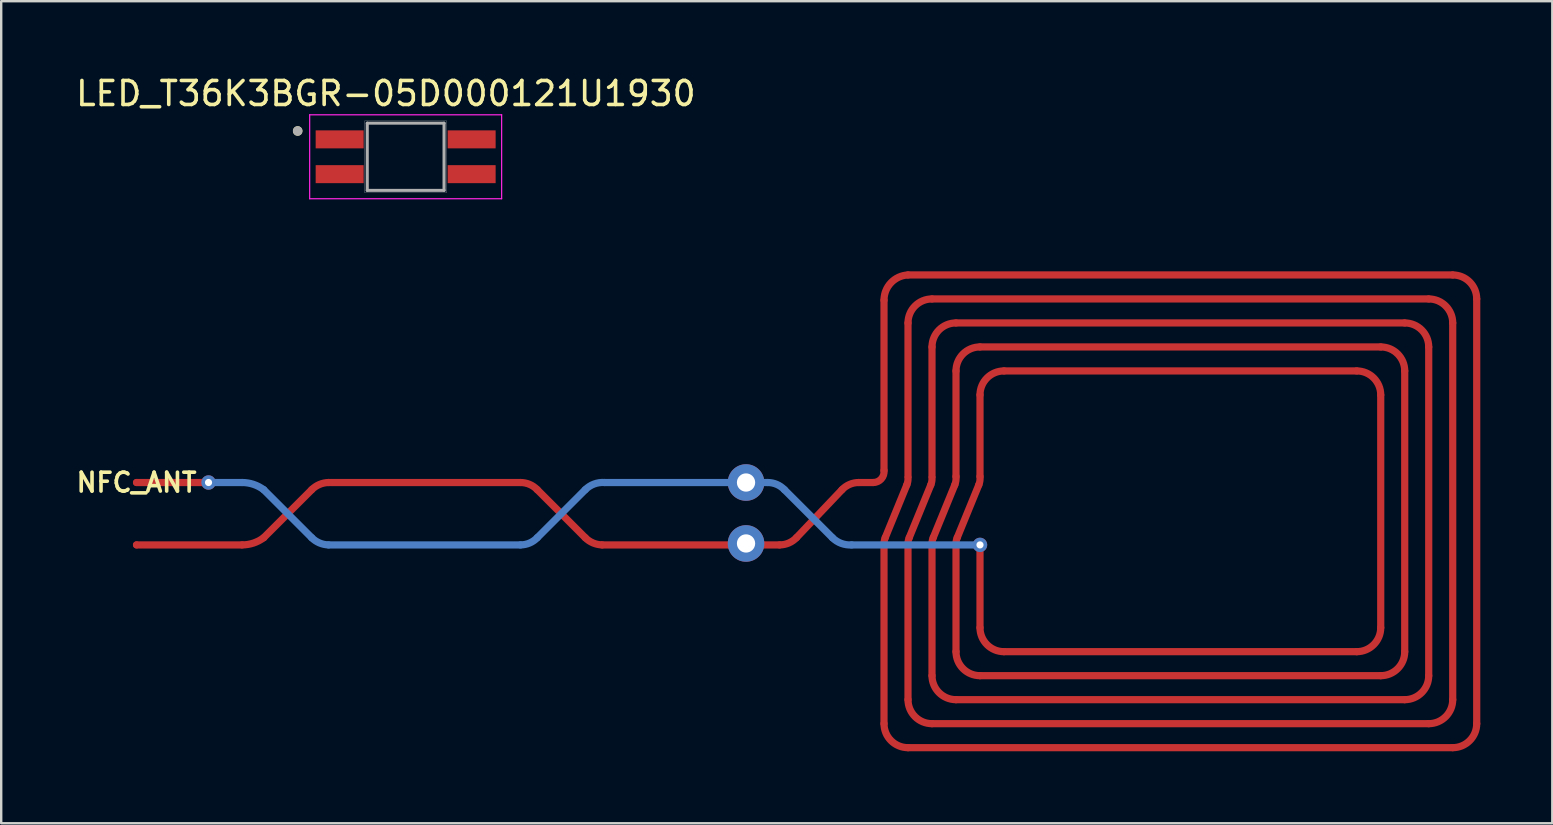
<source format=kicad_pcb>
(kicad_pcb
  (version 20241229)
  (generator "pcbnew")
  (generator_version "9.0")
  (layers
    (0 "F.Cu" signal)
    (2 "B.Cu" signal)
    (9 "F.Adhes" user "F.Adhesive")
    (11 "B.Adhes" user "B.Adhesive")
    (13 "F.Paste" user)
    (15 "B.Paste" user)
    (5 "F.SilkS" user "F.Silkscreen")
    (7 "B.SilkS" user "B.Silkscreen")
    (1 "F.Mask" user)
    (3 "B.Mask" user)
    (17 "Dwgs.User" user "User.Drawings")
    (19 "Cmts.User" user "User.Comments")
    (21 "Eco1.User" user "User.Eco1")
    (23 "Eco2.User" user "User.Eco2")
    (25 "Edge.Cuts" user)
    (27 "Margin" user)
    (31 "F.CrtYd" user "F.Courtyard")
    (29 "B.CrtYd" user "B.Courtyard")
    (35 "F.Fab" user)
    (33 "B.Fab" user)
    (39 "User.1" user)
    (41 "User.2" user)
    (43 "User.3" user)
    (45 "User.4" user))
  (footprint "NFC_ANT"
    (layer "F.Cu")
    (at 2.64 17.058)
    (property "Reference" "NFC_ANT" (at 0 0 0) (layer "F.SilkS") (effects (font (size 0.787 0.787) (thickness 0.15))))
    (attr through_hole)
    (fp_line (start 0 0) (end 3 0) (stroke (width 0.3) (type solid)) (layer "F.Cu"))
    (fp_line (start 0 2.6) (end 4.4 2.6) (stroke (width 0.3) (type solid)) (layer "F.Cu"))
    (fp_line (start 5.3 2.3) (end 7.3 0.3) (stroke (width 0.3) (type solid)) (layer "F.Cu"))
    (fp_line (start 8 0) (end 16 0) (stroke (width 0.3) (type solid)) (layer "F.Cu"))
    (fp_line (start 16.7 0.3) (end 18.7 2.3) (stroke (width 0.3) (type solid)) (layer "F.Cu"))
    (fp_line (start 19.4 2.6) (end 26.8 2.6) (stroke (width 0.3) (type solid)) (layer "F.Cu"))
    (fp_line (start 27.5 2.3) (end 29.4 0.3) (stroke (width 0.3) (type solid)) (layer "F.Cu"))
    (fp_line (start 30.1 0) (end 30.7 0) (stroke (width 0.3) (type solid)) (layer "F.Cu"))
    (fp_line (start 31.15 -0.5) (end 31.15 -7.6) (stroke (width 0.3) (type solid)) (layer "F.Cu"))
    (fp_line (start 31.15 10.05) (end 31.15 2.66) (stroke (width 0.3) (type solid)) (layer "F.Cu"))
    (fp_line (start 31.2 2.3) (end 32.1 0.1) (stroke (width 0.3) (type solid)) (layer "F.Cu"))
    (fp_line (start 32.15 -8.65) (end 54.85 -8.65) (stroke (width 0.3) (type solid)) (layer "F.Cu"))
    (fp_line (start 32.15 -0.25) (end 32.15 -6.65) (stroke (width 0.3) (type solid)) (layer "F.Cu"))
    (fp_line (start 32.15 9.05) (end 32.15 2.66) (stroke (width 0.3) (type solid)) (layer "F.Cu"))
    (fp_line (start 32.15 11.05) (end 54.85 11.05) (stroke (width 0.3) (type solid)) (layer "F.Cu"))
    (fp_line (start 32.2 2.3) (end 33.1 0.1) (stroke (width 0.3) (type solid)) (layer "F.Cu"))
    (fp_line (start 33.15 -7.65) (end 53.85 -7.65) (stroke (width 0.3) (type solid)) (layer "F.Cu"))
    (fp_line (start 33.15 -0.25) (end 33.15 -5.65) (stroke (width 0.3) (type solid)) (layer "F.Cu"))
    (fp_line (start 33.15 8.05) (end 33.15 2.66) (stroke (width 0.3) (type solid)) (layer "F.Cu"))
    (fp_line (start 33.15 10.05) (end 53.85 10.05) (stroke (width 0.3) (type solid)) (layer "F.Cu"))
    (fp_line (start 33.2 2.3) (end 34.1 0.1) (stroke (width 0.3) (type solid)) (layer "F.Cu"))
    (fp_line (start 34.15 -6.65) (end 52.85 -6.65) (stroke (width 0.3) (type solid)) (layer "F.Cu"))
    (fp_line (start 34.15 -0.25) (end 34.15 -4.65) (stroke (width 0.3) (type solid)) (layer "F.Cu"))
    (fp_line (start 34.15 7.05) (end 34.15 2.66) (stroke (width 0.3) (type solid)) (layer "F.Cu"))
    (fp_line (start 34.15 9.05) (end 52.85 9.05) (stroke (width 0.3) (type solid)) (layer "F.Cu"))
    (fp_line (start 34.2 2.3) (end 35.1 0.1) (stroke (width 0.3) (type solid)) (layer "F.Cu"))
    (fp_line (start 35.15 -5.65) (end 51.85 -5.65) (stroke (width 0.3) (type solid)) (layer "F.Cu"))
    (fp_line (start 35.15 -0.25) (end 35.15 -3.65) (stroke (width 0.3) (type solid)) (layer "F.Cu"))
    (fp_line (start 35.15 6.05) (end 35.15 2.6) (stroke (width 0.3) (type solid)) (layer "F.Cu"))
    (fp_line (start 35.15 8.05) (end 51.85 8.05) (stroke (width 0.3) (type solid)) (layer "F.Cu"))
    (fp_line (start 36.15 -4.65) (end 50.85 -4.65) (stroke (width 0.3) (type solid)) (layer "F.Cu"))
    (fp_line (start 36.15 7.05) (end 50.85 7.05) (stroke (width 0.3) (type solid)) (layer "F.Cu"))
    (fp_line (start 51.85 6.05) (end 51.85 -3.65) (stroke (width 0.3) (type solid)) (layer "F.Cu"))
    (fp_line (start 52.85 7.05) (end 52.85 -4.65) (stroke (width 0.3) (type solid)) (layer "F.Cu"))
    (fp_line (start 53.85 8.05) (end 53.85 -5.65) (stroke (width 0.3) (type solid)) (layer "F.Cu"))
    (fp_line (start 54.85 9.05) (end 54.85 -6.65) (stroke (width 0.3) (type solid)) (layer "F.Cu"))
    (fp_line (start 55.85 10.05) (end 55.85 -7.65) (stroke (width 0.3) (type solid)) (layer "F.Cu"))
    (fp_arc (start 5.3 2.3) (mid 4.874342 2.523025) (end 4.4 2.6) (stroke (width 0.3) (type solid)) (layer "F.Cu"))
    (fp_arc (start 7.3 0.3) (mid 7.621113 0.082596) (end 8 0) (stroke (width 0.3) (type solid)) (layer "F.Cu"))
    (fp_arc (start 16 0) (mid 16.380789 0.07816) (end 16.7 0.3) (stroke (width 0.3) (type solid)) (layer "F.Cu"))
    (fp_arc (start 19.4 2.6) (mid 19.021113 2.517404) (end 18.7 2.3) (stroke (width 0.3) (type solid)) (layer "F.Cu"))
    (fp_arc (start 27.5 2.3) (mid 27.180789 2.52184) (end 26.8 2.6) (stroke (width 0.3) (type solid)) (layer "F.Cu"))
    (fp_arc (start 29.4 0.3) (mid 29.719114 0.077932) (end 30.1 0) (stroke (width 0.3) (type solid)) (layer "F.Cu"))
    (fp_arc (start 31.15 -7.600001) (mid 31.44 -8.325) (end 32.15 -8.65) (stroke (width 0.3) (type solid)) (layer "F.Cu"))
    (fp_arc (start 31.15 -0.5) (mid 31.036341 -0.149793) (end 30.7 0) (stroke (width 0.3) (type solid)) (layer "F.Cu"))
    (fp_arc (start 31.15 2.65) (mid 31.153328 2.471904) (end 31.2 2.3) (stroke (width 0.3) (type solid)) (layer "F.Cu"))
    (fp_arc (start 32.15 -6.65) (mid 32.442893 -7.357107) (end 33.15 -7.65) (stroke (width 0.3) (type solid)) (layer "F.Cu"))
    (fp_arc (start 32.15 -0.2) (mid 32.141808 -0.047199) (end 32.1 0.1) (stroke (width 0.3) (type solid)) (layer "F.Cu"))
    (fp_arc (start 32.15 2.65) (mid 32.153328 2.471904) (end 32.2 2.3) (stroke (width 0.3) (type solid)) (layer "F.Cu"))
    (fp_arc (start 32.15 11.05) (mid 31.442893 10.757107) (end 31.15 10.05) (stroke (width 0.3) (type solid)) (layer "F.Cu"))
    (fp_arc (start 33.15 -5.65) (mid 33.442893 -6.357107) (end 34.15 -6.65) (stroke (width 0.3) (type solid)) (layer "F.Cu"))
    (fp_arc (start 33.15 -0.2) (mid 33.141808 -0.047199) (end 33.1 0.1) (stroke (width 0.3) (type solid)) (layer "F.Cu"))
    (fp_arc (start 33.15 2.65) (mid 33.153328 2.471904) (end 33.2 2.3) (stroke (width 0.3) (type solid)) (layer "F.Cu"))
    (fp_arc (start 33.15 10.05) (mid 32.442893 9.757107) (end 32.15 9.05) (stroke (width 0.3) (type solid)) (layer "F.Cu"))
    (fp_arc (start 34.15 -4.65) (mid 34.442893 -5.357107) (end 35.15 -5.65) (stroke (width 0.3) (type solid)) (layer "F.Cu"))
    (fp_arc (start 34.15 -0.25) (mid 34.145978 -0.072003) (end 34.1 0.1) (stroke (width 0.3) (type solid)) (layer "F.Cu"))
    (fp_arc (start 34.15 2.65) (mid 34.153328 2.471904) (end 34.2 2.3) (stroke (width 0.3) (type solid)) (layer "F.Cu"))
    (fp_arc (start 34.15 9.05) (mid 33.442893 8.757107) (end 33.15 8.05) (stroke (width 0.3) (type solid)) (layer "F.Cu"))
    (fp_arc (start 35.15 -3.65) (mid 35.442893 -4.357107) (end 36.15 -4.65) (stroke (width 0.3) (type solid)) (layer "F.Cu"))
    (fp_arc (start 35.15 -0.25) (mid 35.146672 -0.071904) (end 35.1 0.1) (stroke (width 0.3) (type solid)) (layer "F.Cu"))
    (fp_arc (start 35.15 8.05) (mid 34.442893 7.757107) (end 34.15 7.05) (stroke (width 0.3) (type solid)) (layer "F.Cu"))
    (fp_arc (start 36.15 7.05) (mid 35.442893 6.757107) (end 35.15 6.05) (stroke (width 0.3) (type solid)) (layer "F.Cu"))
    (fp_arc (start 50.85 -4.65) (mid 51.557107 -4.357107) (end 51.85 -3.65) (stroke (width 0.3) (type solid)) (layer "F.Cu"))
    (fp_arc (start 51.85 -5.65) (mid 52.557107 -5.357107) (end 52.85 -4.65) (stroke (width 0.3) (type solid)) (layer "F.Cu"))
    (fp_arc (start 51.85 6.05) (mid 51.557107 6.757107) (end 50.85 7.05) (stroke (width 0.3) (type solid)) (layer "F.Cu"))
    (fp_arc (start 52.85 -6.65) (mid 53.557107 -6.357107) (end 53.85 -5.65) (stroke (width 0.3) (type solid)) (layer "F.Cu"))
    (fp_arc (start 52.85 7.05) (mid 52.557107 7.757107) (end 51.85 8.05) (stroke (width 0.3) (type solid)) (layer "F.Cu"))
    (fp_arc (start 53.85 -7.65) (mid 54.557107 -7.357107) (end 54.85 -6.65) (stroke (width 0.3) (type solid)) (layer "F.Cu"))
    (fp_arc (start 53.85 8.05) (mid 53.557107 8.757107) (end 52.85 9.05) (stroke (width 0.3) (type solid)) (layer "F.Cu"))
    (fp_arc (start 54.85 -8.65) (mid 55.557107 -8.357107) (end 55.85 -7.65) (stroke (width 0.3) (type solid)) (layer "F.Cu"))
    (fp_arc (start 54.85 9.05) (mid 54.557107 9.757107) (end 53.85 10.05) (stroke (width 0.3) (type solid)) (layer "F.Cu"))
    (fp_arc (start 55.85 10.05) (mid 55.557107 10.757107) (end 54.85 11.05) (stroke (width 0.3) (type solid)) (layer "F.Cu"))
    (fp_line (start 3 0) (end 4.4 0) (stroke (width 0.3) (type solid)) (layer "B.Cu"))
    (fp_line (start 5.3 0.3) (end 7.3 2.3) (stroke (width 0.3) (type solid)) (layer "B.Cu"))
    (fp_line (start 8 2.6) (end 16 2.6) (stroke (width 0.3) (type solid)) (layer "B.Cu"))
    (fp_line (start 16.7 2.3) (end 18.7 0.3) (stroke (width 0.3) (type solid)) (layer "B.Cu"))
    (fp_line (start 19.5 0) (end 26.3 0) (stroke (width 0.3) (type solid)) (layer "B.Cu"))
    (fp_line (start 27 0.3) (end 29 2.3) (stroke (width 0.3) (type solid)) (layer "B.Cu"))
    (fp_line (start 29.8 2.6) (end 35.15 2.6) (stroke (width 0.3) (type solid)) (layer "B.Cu"))
    (fp_arc (start 4.4 0) (mid 4.874342 0.076975) (end 5.3 0.3) (stroke (width 0.3) (type solid)) (layer "B.Cu"))
    (fp_arc (start 8 2.6) (mid 7.621113 2.517404) (end 7.3 2.3) (stroke (width 0.3) (type solid)) (layer "B.Cu"))
    (fp_arc (start 16.7 2.3) (mid 16.380789 2.52184) (end 16 2.6) (stroke (width 0.3) (type solid)) (layer "B.Cu"))
    (fp_arc (start 18.7 0.3) (mid 19.067509 0.063356) (end 19.5 0) (stroke (width 0.3) (type solid)) (layer "B.Cu"))
    (fp_arc (start 26.3 0) (mid 26.680789 0.07816) (end 27 0.3) (stroke (width 0.3) (type solid)) (layer "B.Cu"))
    (fp_arc (start 29.8 2.6) (mid 29.367509 2.536644) (end 29 2.3) (stroke (width 0.3) (type solid)) (layer "B.Cu"))
    (pad "1" smd circle (at 0 0) (size 0.3 0.3) (layers "F.Cu"))
    (pad "2" smd circle (at 0 2.6) (size 0.3 0.3) (layers "F.Cu"))
    (pad "3" thru_hole circle (at 25.4 0) (size 1.524 1.524) (drill 0.762) (layers "*.Cu" "*.Mask"))
    (pad "4" thru_hole circle (at 25.4 2.54) (size 1.524 1.524) (drill 0.762) (layers "*.Cu" "*.Mask"))
    (pad "P$1" thru_hole circle (at 3 0) (size 0.6 0.6) (drill 0.3) (layers "*.Cu" "*.Mask"))
    (pad "P$2" thru_hole circle (at 35.15 2.6) (size 0.6 0.6) (drill 0.3) (layers "*.Cu" "*.Mask")))
  (footprint "LED_T36K3BGR-05D000121U1930"
    (layer "F.Cu")
    (at 13.855 3.483)
    (property "Reference" "LED_T36K3BGR-05D000121U1930" (at -0.825 -2.635 0) (layer "F.SilkS") (effects (font (size 1 1) (thickness 0.15))))
    (attr through_hole)
    (fp_circle (center -4.5 -1.075) (end -4.4 -1.075) (stroke (width 0.2) (type solid)) (fill no) (layer "F.SilkS"))
    (fp_line (start -1.7 -1.5) (end -1.7 1.5) (stroke (width 0.01) (type solid)) (layer "Edge.Cuts"))
    (fp_line (start -1.7 1.5) (end 1.7 1.5) (stroke (width 0.01) (type solid)) (layer "Edge.Cuts"))
    (fp_line (start 1.7 -1.5) (end -1.7 -1.5) (stroke (width 0.01) (type solid)) (layer "Edge.Cuts"))
    (fp_line (start 1.7 1.5) (end 1.7 -1.5) (stroke (width 0.01) (type solid)) (layer "Edge.Cuts"))
    (fp_line (start -4 -1.75) (end 4 -1.75) (stroke (width 0.05) (type solid)) (layer "F.CrtYd"))
    (fp_line (start -4 1.75) (end -4 -1.75) (stroke (width 0.05) (type solid)) (layer "F.CrtYd"))
    (fp_line (start 4 -1.75) (end 4 1.75) (stroke (width 0.05) (type solid)) (layer "F.CrtYd"))
    (fp_line (start 4 1.75) (end -4 1.75) (stroke (width 0.05) (type solid)) (layer "F.CrtYd"))
    (fp_line (start -1.6 -1.4) (end 1.6 -1.4) (stroke (width 0.127) (type solid)) (layer "F.Fab"))
    (fp_line (start -1.6 1.4) (end -1.6 -1.4) (stroke (width 0.127) (type solid)) (layer "F.Fab"))
    (fp_line (start 1.6 -1.4) (end 1.6 1.4) (stroke (width 0.127) (type solid)) (layer "F.Fab"))
    (fp_line (start 1.6 1.4) (end -1.6 1.4) (stroke (width 0.127) (type solid)) (layer "F.Fab"))
    (fp_circle (center -4.5 -1.075) (end -4.4 -1.075) (stroke (width 0.2) (type solid)) (fill no) (layer "F.Fab"))
    (pad "1" smd rect (at -2.75 -0.725) (size 2 0.75) (layers "F.Cu" "F.Mask" "F.Paste"))
    (pad "2" smd rect (at 2.75 -0.725) (size 2 0.75) (layers "F.Cu" "F.Mask" "F.Paste"))
    (pad "3" smd rect (at 2.75 0.725) (size 2 0.75) (layers "F.Cu" "F.Mask" "F.Paste"))
    (pad "4" smd rect (at -2.75 0.725) (size 2 0.75) (layers "F.Cu" "F.Mask" "F.Paste")))
  (gr_rect
    (start -3 -3)
    (end 61.64 31.258)
    (stroke (width 0.1) (type default))
    (fill no)
    (layer "Edge.Cuts")))
</source>
